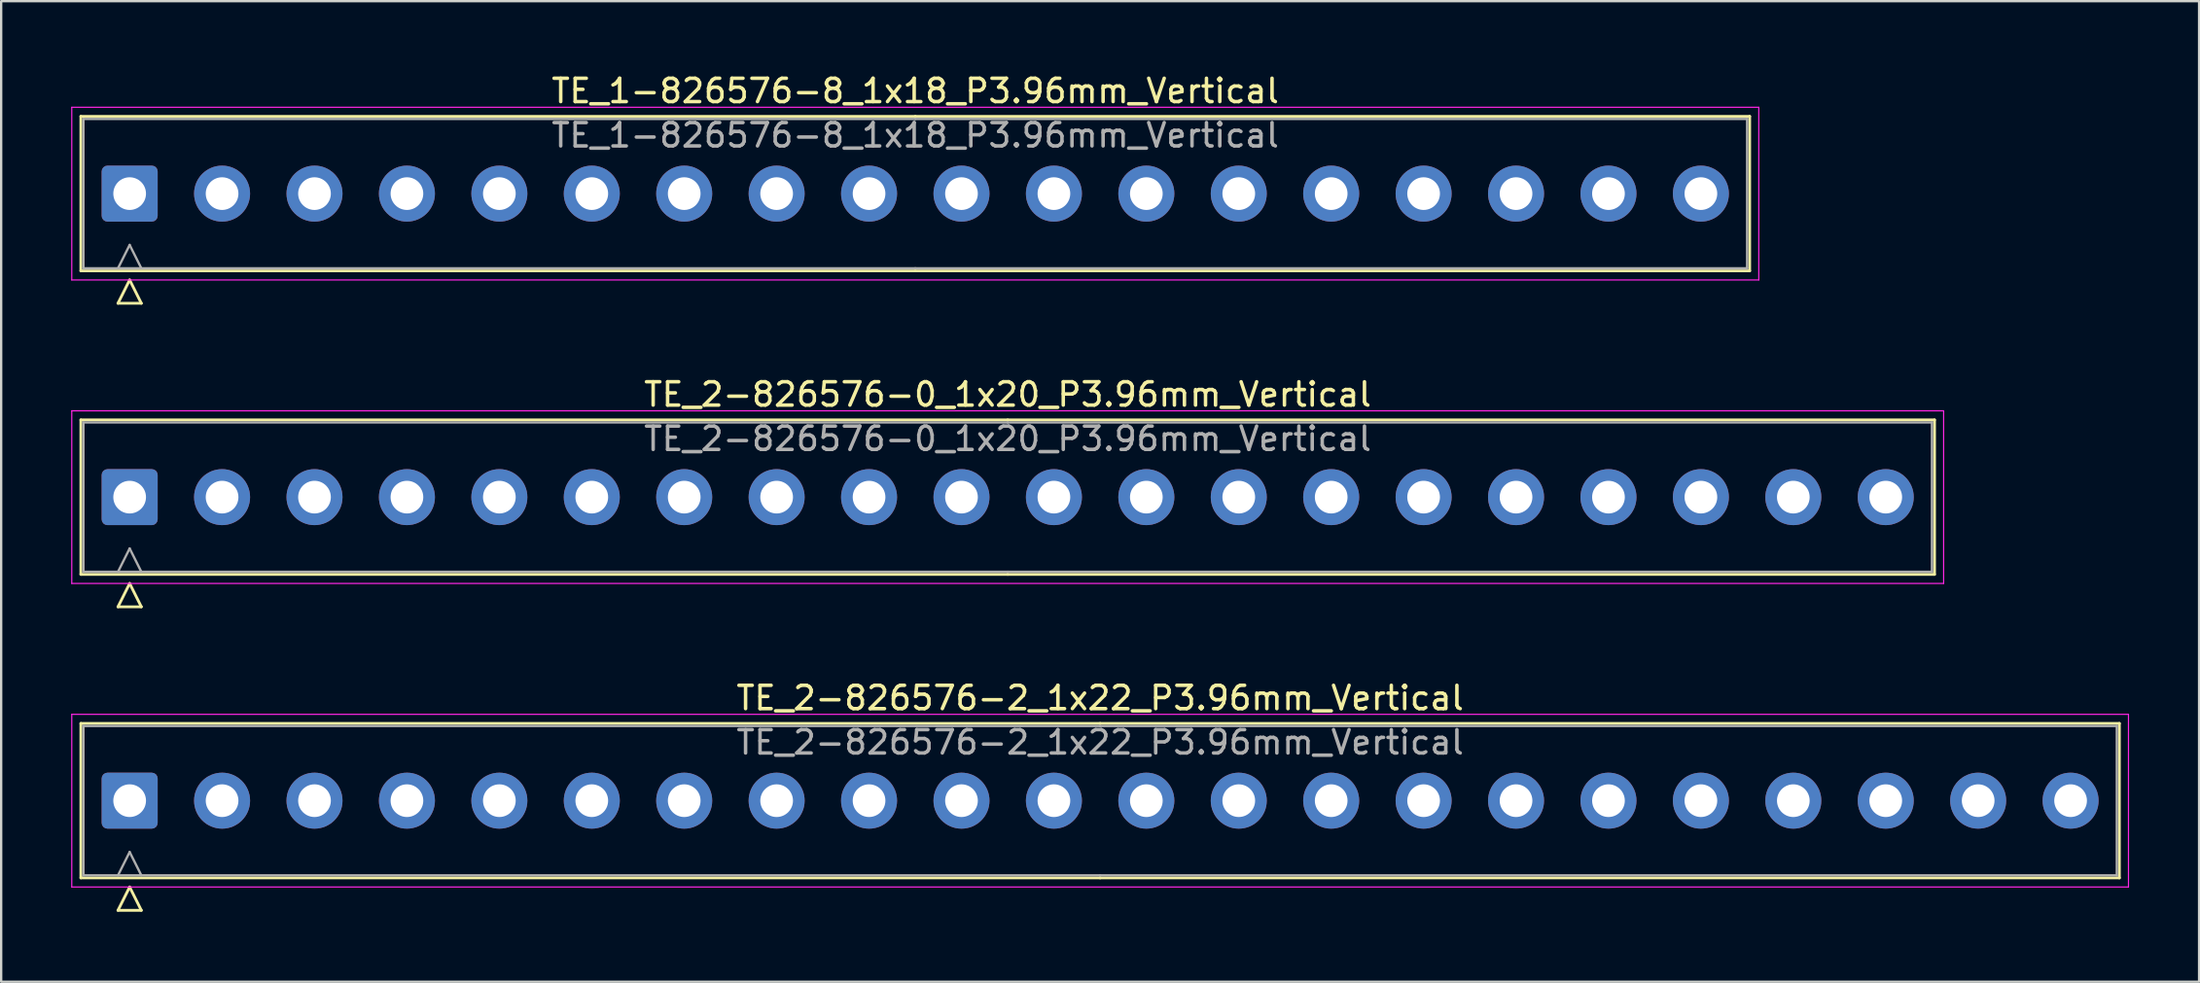
<source format=kicad_pcb>
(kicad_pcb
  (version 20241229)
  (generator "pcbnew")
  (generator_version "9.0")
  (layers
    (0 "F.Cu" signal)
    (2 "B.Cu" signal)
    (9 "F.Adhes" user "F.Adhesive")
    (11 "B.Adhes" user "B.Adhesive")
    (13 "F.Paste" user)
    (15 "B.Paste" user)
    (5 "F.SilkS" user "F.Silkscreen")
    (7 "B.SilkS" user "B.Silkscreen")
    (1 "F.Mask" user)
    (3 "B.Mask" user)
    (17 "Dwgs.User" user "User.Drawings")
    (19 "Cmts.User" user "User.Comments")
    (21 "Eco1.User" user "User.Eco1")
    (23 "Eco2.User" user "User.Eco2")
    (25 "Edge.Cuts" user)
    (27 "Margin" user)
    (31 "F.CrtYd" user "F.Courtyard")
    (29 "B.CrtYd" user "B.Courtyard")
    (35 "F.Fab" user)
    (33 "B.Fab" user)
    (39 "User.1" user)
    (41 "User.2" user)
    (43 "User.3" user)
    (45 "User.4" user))
  (footprint "TE_2-826576-0_1x20_P3.96mm_Vertical"
    (layer "F.Cu")
    (at 2.505 18.256)
    (property "Reference" "TE_2-826576-0_1x20_P3.96mm_Vertical" (at 37.62 -4.4 0) (layer "F.SilkS") (effects (font (size 1 1) (thickness 0.15))))
    (attr through_hole)
    (fp_line (start -2.09 -3.31) (end -2.09 3.31) (stroke (width 0.12) (type solid)) (layer "F.SilkS"))
    (fp_line (start -2.09 3.31) (end 37.62 3.31) (stroke (width 0.12) (type solid)) (layer "F.SilkS"))
    (fp_line (start -0.5 4.7) (end 0 3.7) (stroke (width 0.12) (type solid)) (layer "F.SilkS"))
    (fp_line (start 0 3.7) (end 0.5 4.7) (stroke (width 0.12) (type solid)) (layer "F.SilkS"))
    (fp_line (start 0.5 4.7) (end -0.5 4.7) (stroke (width 0.12) (type solid)) (layer "F.SilkS"))
    (fp_line (start 37.62 -3.31) (end -2.09 -3.31) (stroke (width 0.12) (type solid)) (layer "F.SilkS"))
    (fp_line (start 37.62 -3.31) (end 77.33 -3.31) (stroke (width 0.12) (type solid)) (layer "F.SilkS"))
    (fp_line (start 77.33 -3.31) (end 77.33 3.31) (stroke (width 0.12) (type solid)) (layer "F.SilkS"))
    (fp_line (start 77.33 3.31) (end 37.62 3.31) (stroke (width 0.12) (type solid)) (layer "F.SilkS"))
    (fp_line (start -2.48 -3.7) (end -2.48 3.7) (stroke (width 0.05) (type solid)) (layer "F.CrtYd"))
    (fp_line (start -2.48 3.7) (end 77.72 3.7) (stroke (width 0.05) (type solid)) (layer "F.CrtYd"))
    (fp_line (start 77.72 -3.7) (end -2.48 -3.7) (stroke (width 0.05) (type solid)) (layer "F.CrtYd"))
    (fp_line (start 77.72 3.7) (end 77.72 -3.7) (stroke (width 0.05) (type solid)) (layer "F.CrtYd"))
    (fp_line (start -1.98 -3.2) (end -1.98 3.2) (stroke (width 0.1) (type solid)) (layer "F.Fab"))
    (fp_line (start -1.98 3.2) (end 37.62 3.2) (stroke (width 0.1) (type solid)) (layer "F.Fab"))
    (fp_line (start -0.5 3.2) (end 0 2.2) (stroke (width 0.1) (type solid)) (layer "F.Fab"))
    (fp_line (start 0 2.2) (end 0.5 3.2) (stroke (width 0.1) (type solid)) (layer "F.Fab"))
    (fp_line (start 37.62 -3.2) (end -1.98 -3.2) (stroke (width 0.1) (type solid)) (layer "F.Fab"))
    (fp_line (start 37.62 -3.2) (end 77.22 -3.2) (stroke (width 0.1) (type solid)) (layer "F.Fab"))
    (fp_line (start 77.22 -3.2) (end 77.22 3.2) (stroke (width 0.1) (type solid)) (layer "F.Fab"))
    (fp_line (start 77.22 3.2) (end 37.62 3.2) (stroke (width 0.1) (type solid)) (layer "F.Fab"))
    (fp_text user "${REFERENCE}" (at 37.62 -2.5 0) (layer "F.Fab") (effects (font (size 1 1) (thickness 0.15))))
    (pad "1" thru_hole roundrect (at 0 0) (size 2.4 2.4) (drill 1.4) (layers "*.Cu" "*.Mask") (roundrect_rratio 0.104))
    (pad "2" thru_hole circle (at 3.96 0) (size 2.4 2.4) (drill 1.4) (layers "*.Cu" "*.Mask"))
    (pad "3" thru_hole circle (at 7.92 0) (size 2.4 2.4) (drill 1.4) (layers "*.Cu" "*.Mask"))
    (pad "4" thru_hole circle (at 11.88 0) (size 2.4 2.4) (drill 1.4) (layers "*.Cu" "*.Mask"))
    (pad "5" thru_hole circle (at 15.84 0) (size 2.4 2.4) (drill 1.4) (layers "*.Cu" "*.Mask"))
    (pad "6" thru_hole circle (at 19.8 0) (size 2.4 2.4) (drill 1.4) (layers "*.Cu" "*.Mask"))
    (pad "7" thru_hole circle (at 23.76 0) (size 2.4 2.4) (drill 1.4) (layers "*.Cu" "*.Mask"))
    (pad "8" thru_hole circle (at 27.72 0) (size 2.4 2.4) (drill 1.4) (layers "*.Cu" "*.Mask"))
    (pad "9" thru_hole circle (at 31.68 0) (size 2.4 2.4) (drill 1.4) (layers "*.Cu" "*.Mask"))
    (pad "10" thru_hole circle (at 35.64 0) (size 2.4 2.4) (drill 1.4) (layers "*.Cu" "*.Mask"))
    (pad "11" thru_hole circle (at 39.6 0) (size 2.4 2.4) (drill 1.4) (layers "*.Cu" "*.Mask"))
    (pad "12" thru_hole circle (at 43.56 0) (size 2.4 2.4) (drill 1.4) (layers "*.Cu" "*.Mask"))
    (pad "13" thru_hole circle (at 47.52 0) (size 2.4 2.4) (drill 1.4) (layers "*.Cu" "*.Mask"))
    (pad "14" thru_hole circle (at 51.48 0) (size 2.4 2.4) (drill 1.4) (layers "*.Cu" "*.Mask"))
    (pad "15" thru_hole circle (at 55.44 0) (size 2.4 2.4) (drill 1.4) (layers "*.Cu" "*.Mask"))
    (pad "16" thru_hole circle (at 59.4 0) (size 2.4 2.4) (drill 1.4) (layers "*.Cu" "*.Mask"))
    (pad "17" thru_hole circle (at 63.36 0) (size 2.4 2.4) (drill 1.4) (layers "*.Cu" "*.Mask"))
    (pad "18" thru_hole circle (at 67.32 0) (size 2.4 2.4) (drill 1.4) (layers "*.Cu" "*.Mask"))
    (pad "19" thru_hole circle (at 71.28 0) (size 2.4 2.4) (drill 1.4) (layers "*.Cu" "*.Mask"))
    (pad "20" thru_hole circle (at 75.24 0) (size 2.4 2.4) (drill 1.4) (layers "*.Cu" "*.Mask")))
  (footprint "TE_1-826576-8_1x18_P3.96mm_Vertical"
    (layer "F.Cu")
    (at 2.505 5.248)
    (property "Reference" "TE_1-826576-8_1x18_P3.96mm_Vertical" (at 33.66 -4.4 0) (layer "F.SilkS") (effects (font (size 1 1) (thickness 0.15))))
    (attr through_hole)
    (fp_line (start -2.09 -3.31) (end -2.09 3.31) (stroke (width 0.12) (type solid)) (layer "F.SilkS"))
    (fp_line (start -2.09 3.31) (end 33.66 3.31) (stroke (width 0.12) (type solid)) (layer "F.SilkS"))
    (fp_line (start -0.5 4.7) (end 0 3.7) (stroke (width 0.12) (type solid)) (layer "F.SilkS"))
    (fp_line (start 0 3.7) (end 0.5 4.7) (stroke (width 0.12) (type solid)) (layer "F.SilkS"))
    (fp_line (start 0.5 4.7) (end -0.5 4.7) (stroke (width 0.12) (type solid)) (layer "F.SilkS"))
    (fp_line (start 33.66 -3.31) (end -2.09 -3.31) (stroke (width 0.12) (type solid)) (layer "F.SilkS"))
    (fp_line (start 33.66 -3.31) (end 69.41 -3.31) (stroke (width 0.12) (type solid)) (layer "F.SilkS"))
    (fp_line (start 69.41 -3.31) (end 69.41 3.31) (stroke (width 0.12) (type solid)) (layer "F.SilkS"))
    (fp_line (start 69.41 3.31) (end 33.66 3.31) (stroke (width 0.12) (type solid)) (layer "F.SilkS"))
    (fp_line (start -2.48 -3.7) (end -2.48 3.7) (stroke (width 0.05) (type solid)) (layer "F.CrtYd"))
    (fp_line (start -2.48 3.7) (end 69.8 3.7) (stroke (width 0.05) (type solid)) (layer "F.CrtYd"))
    (fp_line (start 69.8 -3.7) (end -2.48 -3.7) (stroke (width 0.05) (type solid)) (layer "F.CrtYd"))
    (fp_line (start 69.8 3.7) (end 69.8 -3.7) (stroke (width 0.05) (type solid)) (layer "F.CrtYd"))
    (fp_line (start -1.98 -3.2) (end -1.98 3.2) (stroke (width 0.1) (type solid)) (layer "F.Fab"))
    (fp_line (start -1.98 3.2) (end 33.66 3.2) (stroke (width 0.1) (type solid)) (layer "F.Fab"))
    (fp_line (start -0.5 3.2) (end 0 2.2) (stroke (width 0.1) (type solid)) (layer "F.Fab"))
    (fp_line (start 0 2.2) (end 0.5 3.2) (stroke (width 0.1) (type solid)) (layer "F.Fab"))
    (fp_line (start 33.66 -3.2) (end -1.98 -3.2) (stroke (width 0.1) (type solid)) (layer "F.Fab"))
    (fp_line (start 33.66 -3.2) (end 69.3 -3.2) (stroke (width 0.1) (type solid)) (layer "F.Fab"))
    (fp_line (start 69.3 -3.2) (end 69.3 3.2) (stroke (width 0.1) (type solid)) (layer "F.Fab"))
    (fp_line (start 69.3 3.2) (end 33.66 3.2) (stroke (width 0.1) (type solid)) (layer "F.Fab"))
    (fp_text user "${REFERENCE}" (at 33.66 -2.5 0) (layer "F.Fab") (effects (font (size 1 1) (thickness 0.15))))
    (pad "1" thru_hole roundrect (at 0 0) (size 2.4 2.4) (drill 1.4) (layers "*.Cu" "*.Mask") (roundrect_rratio 0.104))
    (pad "2" thru_hole circle (at 3.96 0) (size 2.4 2.4) (drill 1.4) (layers "*.Cu" "*.Mask"))
    (pad "3" thru_hole circle (at 7.92 0) (size 2.4 2.4) (drill 1.4) (layers "*.Cu" "*.Mask"))
    (pad "4" thru_hole circle (at 11.88 0) (size 2.4 2.4) (drill 1.4) (layers "*.Cu" "*.Mask"))
    (pad "5" thru_hole circle (at 15.84 0) (size 2.4 2.4) (drill 1.4) (layers "*.Cu" "*.Mask"))
    (pad "6" thru_hole circle (at 19.8 0) (size 2.4 2.4) (drill 1.4) (layers "*.Cu" "*.Mask"))
    (pad "7" thru_hole circle (at 23.76 0) (size 2.4 2.4) (drill 1.4) (layers "*.Cu" "*.Mask"))
    (pad "8" thru_hole circle (at 27.72 0) (size 2.4 2.4) (drill 1.4) (layers "*.Cu" "*.Mask"))
    (pad "9" thru_hole circle (at 31.68 0) (size 2.4 2.4) (drill 1.4) (layers "*.Cu" "*.Mask"))
    (pad "10" thru_hole circle (at 35.64 0) (size 2.4 2.4) (drill 1.4) (layers "*.Cu" "*.Mask"))
    (pad "11" thru_hole circle (at 39.6 0) (size 2.4 2.4) (drill 1.4) (layers "*.Cu" "*.Mask"))
    (pad "12" thru_hole circle (at 43.56 0) (size 2.4 2.4) (drill 1.4) (layers "*.Cu" "*.Mask"))
    (pad "13" thru_hole circle (at 47.52 0) (size 2.4 2.4) (drill 1.4) (layers "*.Cu" "*.Mask"))
    (pad "14" thru_hole circle (at 51.48 0) (size 2.4 2.4) (drill 1.4) (layers "*.Cu" "*.Mask"))
    (pad "15" thru_hole circle (at 55.44 0) (size 2.4 2.4) (drill 1.4) (layers "*.Cu" "*.Mask"))
    (pad "16" thru_hole circle (at 59.4 0) (size 2.4 2.4) (drill 1.4) (layers "*.Cu" "*.Mask"))
    (pad "17" thru_hole circle (at 63.36 0) (size 2.4 2.4) (drill 1.4) (layers "*.Cu" "*.Mask"))
    (pad "18" thru_hole circle (at 67.32 0) (size 2.4 2.4) (drill 1.4) (layers "*.Cu" "*.Mask")))
  (footprint "TE_2-826576-2_1x22_P3.96mm_Vertical"
    (layer "F.Cu")
    (at 2.505 31.265)
    (property "Reference" "TE_2-826576-2_1x22_P3.96mm_Vertical" (at 41.58 -4.4 0) (layer "F.SilkS") (effects (font (size 1 1) (thickness 0.15))))
    (attr through_hole)
    (fp_line (start -2.09 -3.31) (end -2.09 3.31) (stroke (width 0.12) (type solid)) (layer "F.SilkS"))
    (fp_line (start -2.09 3.31) (end 41.58 3.31) (stroke (width 0.12) (type solid)) (layer "F.SilkS"))
    (fp_line (start -0.5 4.7) (end 0 3.7) (stroke (width 0.12) (type solid)) (layer "F.SilkS"))
    (fp_line (start 0 3.7) (end 0.5 4.7) (stroke (width 0.12) (type solid)) (layer "F.SilkS"))
    (fp_line (start 0.5 4.7) (end -0.5 4.7) (stroke (width 0.12) (type solid)) (layer "F.SilkS"))
    (fp_line (start 41.58 -3.31) (end -2.09 -3.31) (stroke (width 0.12) (type solid)) (layer "F.SilkS"))
    (fp_line (start 41.58 -3.31) (end 85.25 -3.31) (stroke (width 0.12) (type solid)) (layer "F.SilkS"))
    (fp_line (start 85.25 -3.31) (end 85.25 3.31) (stroke (width 0.12) (type solid)) (layer "F.SilkS"))
    (fp_line (start 85.25 3.31) (end 41.58 3.31) (stroke (width 0.12) (type solid)) (layer "F.SilkS"))
    (fp_line (start -2.48 -3.7) (end -2.48 3.7) (stroke (width 0.05) (type solid)) (layer "F.CrtYd"))
    (fp_line (start -2.48 3.7) (end 85.64 3.7) (stroke (width 0.05) (type solid)) (layer "F.CrtYd"))
    (fp_line (start 85.64 -3.7) (end -2.48 -3.7) (stroke (width 0.05) (type solid)) (layer "F.CrtYd"))
    (fp_line (start 85.64 3.7) (end 85.64 -3.7) (stroke (width 0.05) (type solid)) (layer "F.CrtYd"))
    (fp_line (start -1.98 -3.2) (end -1.98 3.2) (stroke (width 0.1) (type solid)) (layer "F.Fab"))
    (fp_line (start -1.98 3.2) (end 41.58 3.2) (stroke (width 0.1) (type solid)) (layer "F.Fab"))
    (fp_line (start -0.5 3.2) (end 0 2.2) (stroke (width 0.1) (type solid)) (layer "F.Fab"))
    (fp_line (start 0 2.2) (end 0.5 3.2) (stroke (width 0.1) (type solid)) (layer "F.Fab"))
    (fp_line (start 41.58 -3.2) (end -1.98 -3.2) (stroke (width 0.1) (type solid)) (layer "F.Fab"))
    (fp_line (start 41.58 -3.2) (end 85.14 -3.2) (stroke (width 0.1) (type solid)) (layer "F.Fab"))
    (fp_line (start 85.14 -3.2) (end 85.14 3.2) (stroke (width 0.1) (type solid)) (layer "F.Fab"))
    (fp_line (start 85.14 3.2) (end 41.58 3.2) (stroke (width 0.1) (type solid)) (layer "F.Fab"))
    (fp_text user "${REFERENCE}" (at 41.58 -2.5 0) (layer "F.Fab") (effects (font (size 1 1) (thickness 0.15))))
    (pad "1" thru_hole roundrect (at 0 0) (size 2.4 2.4) (drill 1.4) (layers "*.Cu" "*.Mask") (roundrect_rratio 0.104))
    (pad "2" thru_hole circle (at 3.96 0) (size 2.4 2.4) (drill 1.4) (layers "*.Cu" "*.Mask"))
    (pad "3" thru_hole circle (at 7.92 0) (size 2.4 2.4) (drill 1.4) (layers "*.Cu" "*.Mask"))
    (pad "4" thru_hole circle (at 11.88 0) (size 2.4 2.4) (drill 1.4) (layers "*.Cu" "*.Mask"))
    (pad "5" thru_hole circle (at 15.84 0) (size 2.4 2.4) (drill 1.4) (layers "*.Cu" "*.Mask"))
    (pad "6" thru_hole circle (at 19.8 0) (size 2.4 2.4) (drill 1.4) (layers "*.Cu" "*.Mask"))
    (pad "7" thru_hole circle (at 23.76 0) (size 2.4 2.4) (drill 1.4) (layers "*.Cu" "*.Mask"))
    (pad "8" thru_hole circle (at 27.72 0) (size 2.4 2.4) (drill 1.4) (layers "*.Cu" "*.Mask"))
    (pad "9" thru_hole circle (at 31.68 0) (size 2.4 2.4) (drill 1.4) (layers "*.Cu" "*.Mask"))
    (pad "10" thru_hole circle (at 35.64 0) (size 2.4 2.4) (drill 1.4) (layers "*.Cu" "*.Mask"))
    (pad "11" thru_hole circle (at 39.6 0) (size 2.4 2.4) (drill 1.4) (layers "*.Cu" "*.Mask"))
    (pad "12" thru_hole circle (at 43.56 0) (size 2.4 2.4) (drill 1.4) (layers "*.Cu" "*.Mask"))
    (pad "13" thru_hole circle (at 47.52 0) (size 2.4 2.4) (drill 1.4) (layers "*.Cu" "*.Mask"))
    (pad "14" thru_hole circle (at 51.48 0) (size 2.4 2.4) (drill 1.4) (layers "*.Cu" "*.Mask"))
    (pad "15" thru_hole circle (at 55.44 0) (size 2.4 2.4) (drill 1.4) (layers "*.Cu" "*.Mask"))
    (pad "16" thru_hole circle (at 59.4 0) (size 2.4 2.4) (drill 1.4) (layers "*.Cu" "*.Mask"))
    (pad "17" thru_hole circle (at 63.36 0) (size 2.4 2.4) (drill 1.4) (layers "*.Cu" "*.Mask"))
    (pad "18" thru_hole circle (at 67.32 0) (size 2.4 2.4) (drill 1.4) (layers "*.Cu" "*.Mask"))
    (pad "19" thru_hole circle (at 71.28 0) (size 2.4 2.4) (drill 1.4) (layers "*.Cu" "*.Mask"))
    (pad "20" thru_hole circle (at 75.24 0) (size 2.4 2.4) (drill 1.4) (layers "*.Cu" "*.Mask"))
    (pad "21" thru_hole circle (at 79.2 0) (size 2.4 2.4) (drill 1.4) (layers "*.Cu" "*.Mask"))
    (pad "22" thru_hole circle (at 83.16 0) (size 2.4 2.4) (drill 1.4) (layers "*.Cu" "*.Mask")))
  (gr_rect
    (start -3 -3)
    (end 91.17 39.025)
    (stroke (width 0.1) (type default))
    (fill no)
    (layer "Edge.Cuts")))
</source>
